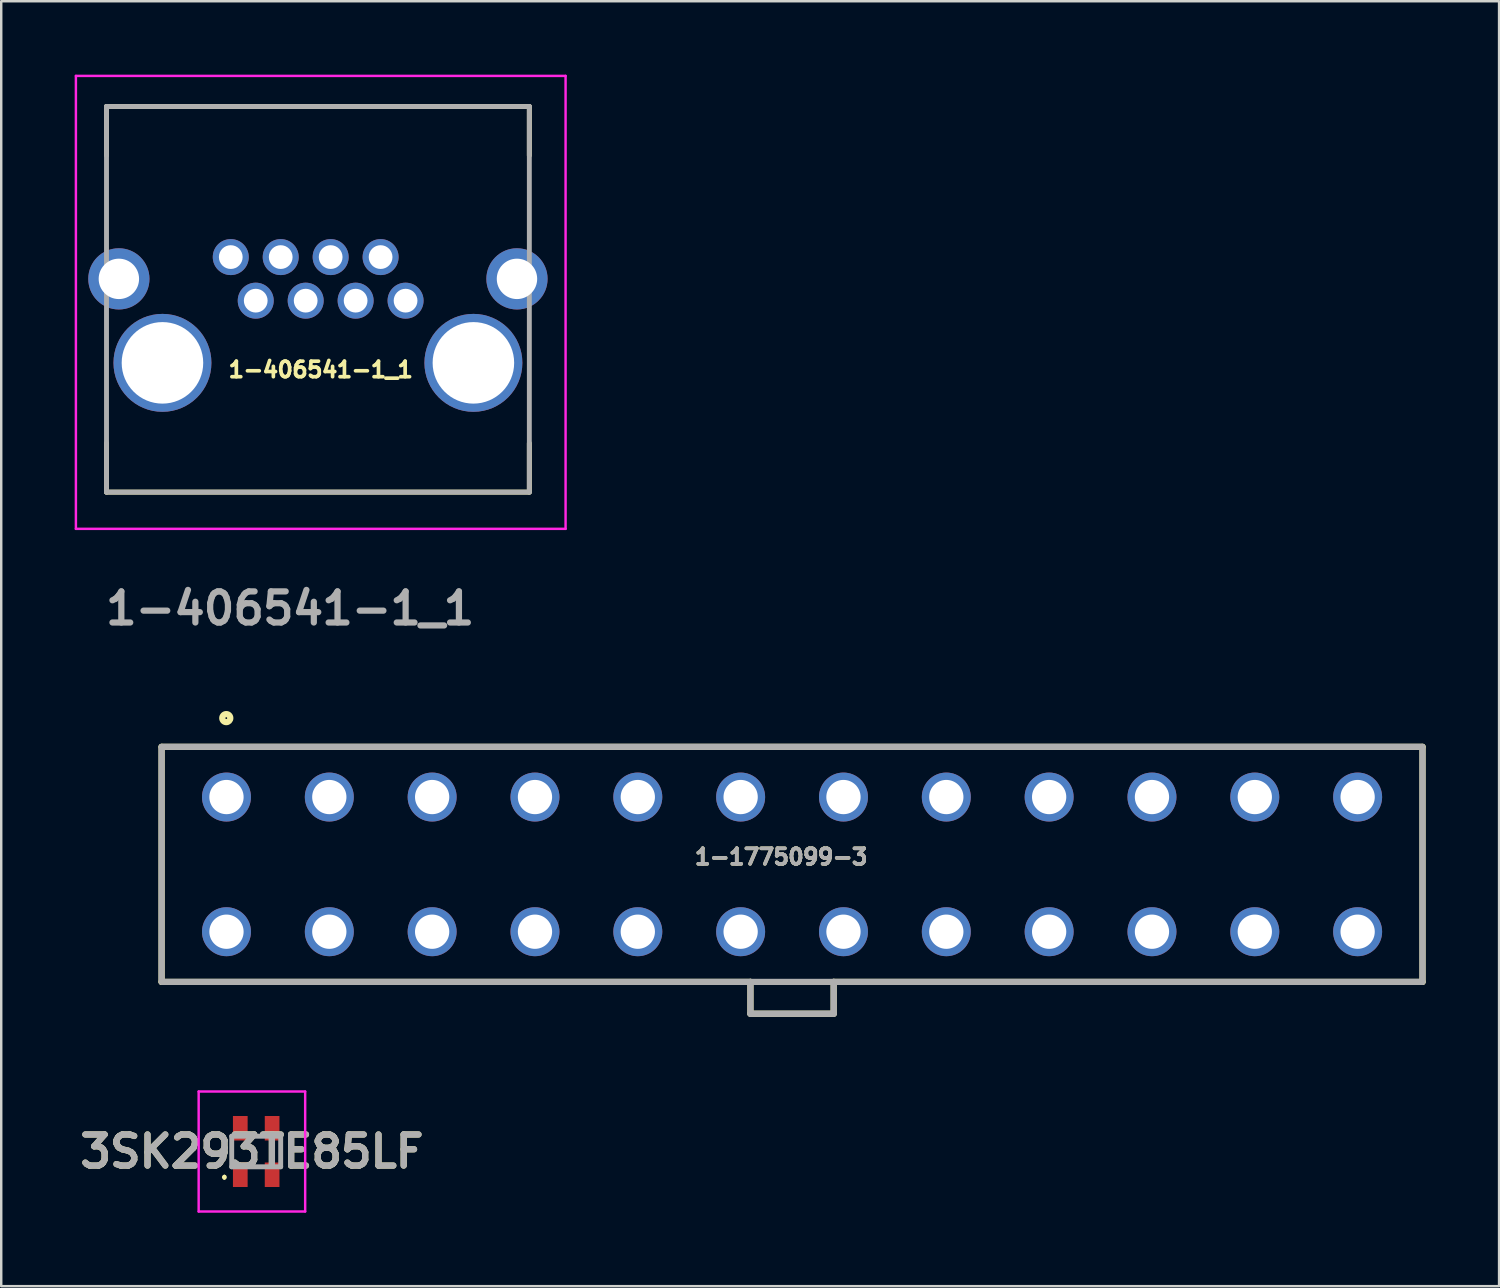
<source format=kicad_pcb>
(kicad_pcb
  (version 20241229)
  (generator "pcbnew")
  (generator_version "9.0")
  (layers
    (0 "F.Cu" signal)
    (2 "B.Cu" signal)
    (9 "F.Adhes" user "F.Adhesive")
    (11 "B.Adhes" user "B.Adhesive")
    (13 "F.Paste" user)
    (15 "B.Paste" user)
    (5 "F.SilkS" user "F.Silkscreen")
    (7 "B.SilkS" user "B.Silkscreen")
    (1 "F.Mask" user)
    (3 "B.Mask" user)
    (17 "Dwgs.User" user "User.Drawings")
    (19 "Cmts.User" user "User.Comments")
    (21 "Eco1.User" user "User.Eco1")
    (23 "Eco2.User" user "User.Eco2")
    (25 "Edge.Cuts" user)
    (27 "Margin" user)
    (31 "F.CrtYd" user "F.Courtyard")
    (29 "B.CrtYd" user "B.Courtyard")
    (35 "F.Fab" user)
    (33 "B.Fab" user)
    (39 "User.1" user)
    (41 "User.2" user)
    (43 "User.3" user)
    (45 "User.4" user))
  (footprint "1-1775099-3"
    (layer "F.Cu")
    (at 29.3 37.054)
    (property "Reference" "1-1775099-3" (at -0.444 -5.108 0) (layer "F.SilkS") (effects (font (size 0.635 0.635) (thickness 0.15))))
    (attr through_hole)
    (fp_line (start -25.75 -9.6) (end 25.75 -9.6) (stroke (width 0.254) (type solid)) (layer "F.SilkS"))
    (fp_line (start -25.75 0) (end -25.75 -9.6) (stroke (width 0.254) (type solid)) (layer "F.SilkS"))
    (fp_line (start -1.7 0) (end -25.75 0) (stroke (width 0.254) (type solid)) (layer "F.SilkS"))
    (fp_line (start -1.7 1.3) (end -1.7 0) (stroke (width 0.254) (type solid)) (layer "F.SilkS"))
    (fp_line (start 1.7 0) (end 1.7 1.3) (stroke (width 0.254) (type solid)) (layer "F.SilkS"))
    (fp_line (start 1.7 1.3) (end -1.7 1.3) (stroke (width 0.254) (type solid)) (layer "F.SilkS"))
    (fp_line (start 25.75 -9.6) (end 25.75 0) (stroke (width 0.254) (type solid)) (layer "F.SilkS"))
    (fp_line (start 25.75 0) (end 1.7 0) (stroke (width 0.254) (type solid)) (layer "F.SilkS"))
    (fp_circle (center -23.108 -10.774) (end -23.108 -10.61) (stroke (width 0.254) (type solid)) (fill no) (layer "F.SilkS"))
    (fp_line (start -1.7 0) (end -1.7 1.3) (stroke (width 0.254) (type solid)) (layer "F.Fab"))
    (fp_line (start -1.7 1.3) (end 1.7 1.3) (stroke (width 0.254) (type solid)) (layer "F.Fab"))
    (fp_line (start 1.7 1.3) (end 1.7 0) (stroke (width 0.254) (type solid)) (layer "F.Fab"))
    (fp_rect (start -25.75 -9.6) (end 25.75 0) (stroke (width 0.254) (type solid)) (fill no) (layer "F.Fab"))
    (fp_text user "${REFERENCE}" (at -0.444 -5.108 0) (layer "F.Fab") (effects (font (size 0.635 0.635) (thickness 0.15))))
    (pad "" np_thru_hole circle (at -27.8 -2.51) (size 0.001 0.001) (drill 3) (layers "*.Cu" "*.Mask"))
    (pad "1" thru_hole circle (at -23.1 -7.55) (size 2 2) (drill 1.4) (layers "*.Cu" "*.Mask"))
    (pad "2" thru_hole circle (at -23.1 -2.05) (size 2 2) (drill 1.4) (layers "*.Cu" "*.Mask"))
    (pad "3" thru_hole circle (at -18.9 -7.55) (size 2 2) (drill 1.4) (layers "*.Cu" "*.Mask"))
    (pad "4" thru_hole circle (at -18.9 -2.05) (size 2 2) (drill 1.4) (layers "*.Cu" "*.Mask"))
    (pad "5" thru_hole circle (at -14.7 -7.55) (size 2 2) (drill 1.4) (layers "*.Cu" "*.Mask"))
    (pad "6" thru_hole circle (at -14.7 -2.05) (size 2 2) (drill 1.4) (layers "*.Cu" "*.Mask"))
    (pad "7" thru_hole circle (at -10.5 -7.55) (size 2 2) (drill 1.4) (layers "*.Cu" "*.Mask"))
    (pad "8" thru_hole circle (at -10.5 -2.05) (size 2 2) (drill 1.4) (layers "*.Cu" "*.Mask"))
    (pad "9" thru_hole circle (at -6.3 -7.55) (size 2 2) (drill 1.4) (layers "*.Cu" "*.Mask"))
    (pad "10" thru_hole circle (at -6.3 -2.05) (size 2 2) (drill 1.4) (layers "*.Cu" "*.Mask"))
    (pad "11" thru_hole circle (at -2.1 -7.55) (size 2 2) (drill 1.4) (layers "*.Cu" "*.Mask"))
    (pad "12" thru_hole circle (at -2.1 -2.05) (size 2 2) (drill 1.4) (layers "*.Cu" "*.Mask"))
    (pad "13" thru_hole circle (at 2.1 -7.55) (size 2 2) (drill 1.4) (layers "*.Cu" "*.Mask"))
    (pad "14" thru_hole circle (at 2.1 -2.05) (size 2 2) (drill 1.4) (layers "*.Cu" "*.Mask"))
    (pad "15" thru_hole circle (at 6.3 -7.55) (size 2 2) (drill 1.4) (layers "*.Cu" "*.Mask"))
    (pad "16" thru_hole circle (at 6.3 -2.05) (size 2 2) (drill 1.4) (layers "*.Cu" "*.Mask"))
    (pad "17" thru_hole circle (at 10.5 -7.55) (size 2 2) (drill 1.4) (layers "*.Cu" "*.Mask"))
    (pad "18" thru_hole circle (at 10.5 -2.05) (size 2 2) (drill 1.4) (layers "*.Cu" "*.Mask"))
    (pad "19" thru_hole circle (at 14.7 -7.55) (size 2 2) (drill 1.4) (layers "*.Cu" "*.Mask"))
    (pad "20" thru_hole circle (at 14.7 -2.05) (size 2 2) (drill 1.4) (layers "*.Cu" "*.Mask"))
    (pad "21" thru_hole circle (at 18.9 -7.55) (size 2 2) (drill 1.4) (layers "*.Cu" "*.Mask"))
    (pad "22" thru_hole circle (at 18.9 -2.05) (size 2 2) (drill 1.4) (layers "*.Cu" "*.Mask"))
    (pad "23" thru_hole circle (at 23.1 -7.55) (size 2 2) (drill 1.4) (layers "*.Cu" "*.Mask"))
    (pad "24" thru_hole circle (at 23.1 -2.05) (size 2 2) (drill 1.4) (layers "*.Cu" "*.Mask")))
  (footprint "1-406541-1_1"
    (layer "F.Cu")
    (at 1.3 17.05)
    (property "Reference" "1-406541-1_1" (at 8.75 -5 0) (layer "F.SilkS") (effects (font (size 0.635 0.635) (thickness 0.15) (bold yes))))
    (attr through_hole)
    (fp_line (start 0 -15.75) (end 0 -13.75) (stroke (width 0.2) (type default)) (layer "F.SilkS"))
    (fp_line (start 0 -15.75) (end 17.27 -15.75) (stroke (width 0.2) (type solid)) (layer "F.SilkS"))
    (fp_line (start 0 0) (end 0 -2) (stroke (width 0.2) (type default)) (layer "F.SilkS"))
    (fp_line (start 0 0) (end 17.27 0) (stroke (width 0.2) (type solid)) (layer "F.SilkS"))
    (fp_line (start 17.27 -15.75) (end 17.27 -13.75) (stroke (width 0.2) (type default)) (layer "F.SilkS"))
    (fp_line (start 17.27 0) (end 17.27 -2) (stroke (width 0.2) (type default)) (layer "F.SilkS"))
    (fp_line (start -1.25 -17) (end 18.75 -17) (stroke (width 0.1) (type solid)) (layer "F.CrtYd"))
    (fp_line (start -1.25 1.5) (end -1.25 -17) (stroke (width 0.1) (type solid)) (layer "F.CrtYd"))
    (fp_line (start -1.25 1.5) (end 18.75 1.5) (stroke (width 0.1) (type solid)) (layer "F.CrtYd"))
    (fp_line (start 18.75 -17) (end 18.75 1.5) (stroke (width 0.1) (type solid)) (layer "F.CrtYd"))
    (fp_line (start 0 -15.75) (end 17.27 -15.75) (stroke (width 0.2) (type solid)) (layer "F.Fab"))
    (fp_line (start 0 0) (end 0 -15.75) (stroke (width 0.2) (type solid)) (layer "F.Fab"))
    (fp_line (start 17.27 -15.75) (end 17.27 0) (stroke (width 0.2) (type solid)) (layer "F.Fab"))
    (fp_line (start 17.27 0) (end 0 0) (stroke (width 0.2) (type solid)) (layer "F.Fab"))
    (fp_text user "${REFERENCE}" (at 7.5 4.75 0) (layer "F.Fab") (effects (font (size 1.27 1.27) (thickness 0.254))))
    (pad "" np_thru_hole circle (at 2.285 -5.28) (size 4 4) (drill 3.33) (layers "*.Cu" "*.Mask"))
    (pad "" np_thru_hole circle (at 14.985 -5.28) (size 4 4) (drill 3.33) (layers "*.Cu" "*.Mask"))
    (pad "1" thru_hole circle (at 12.215 -7.82) (size 1.47 1.47) (drill 0.97) (layers "*.Cu" "*.Mask"))
    (pad "2" thru_hole circle (at 11.195 -9.6) (size 1.47 1.47) (drill 0.97) (layers "*.Cu" "*.Mask"))
    (pad "3" thru_hole circle (at 10.175 -7.82) (size 1.47 1.47) (drill 0.97) (layers "*.Cu" "*.Mask"))
    (pad "4" thru_hole circle (at 9.155 -9.6) (size 1.47 1.47) (drill 0.97) (layers "*.Cu" "*.Mask"))
    (pad "5" thru_hole circle (at 8.135 -7.82) (size 1.47 1.47) (drill 0.97) (layers "*.Cu" "*.Mask"))
    (pad "6" thru_hole circle (at 7.115 -9.6) (size 1.47 1.47) (drill 0.97) (layers "*.Cu" "*.Mask"))
    (pad "7" thru_hole circle (at 6.095 -7.82) (size 1.47 1.47) (drill 0.97) (layers "*.Cu" "*.Mask"))
    (pad "8" thru_hole circle (at 5.075 -9.6) (size 1.47 1.47) (drill 0.97) (layers "*.Cu" "*.Mask"))
    (pad "MH1" thru_hole circle (at 16.765 -8.71) (size 2.5 2.5) (drill 1.65) (layers "*.Cu" "*.Mask"))
    (pad "MH2" thru_hole circle (at 0.505 -8.71) (size 2.5 2.5) (drill 1.65) (layers "*.Cu" "*.Mask")))
  (footprint "3SK293TE85LF"
    (layer "F.Cu")
    (at 7.414 43.981)
    (property "Reference" "3SK293TE85LF" (at -0.175 0 0) (layer "F.SilkS") (effects (font (size 1.27 1.27) (thickness 0.254))))
    (attr smd)
    (fp_line (start -1.3 1) (end -1.3 1) (stroke (width 0.1) (type solid)) (layer "F.SilkS"))
    (fp_line (start -1.3 1.1) (end -1.3 1.1) (stroke (width 0.1) (type solid)) (layer "F.SilkS"))
    (fp_line (start -1 -0.3) (end -1 0.3) (stroke (width 0.1) (type solid)) (layer "F.SilkS"))
    (fp_line (start -0.1 -0.625) (end 0.1 -0.625) (stroke (width 0.1) (type solid)) (layer "F.SilkS"))
    (fp_line (start -0.1 0.625) (end 0.1 0.625) (stroke (width 0.1) (type solid)) (layer "F.SilkS"))
    (fp_line (start 1 -0.2) (end 1 0.3) (stroke (width 0.1) (type solid)) (layer "F.SilkS"))
    (fp_arc (start -1.3 1) (mid -1.25 1.05) (end -1.3 1.1) (stroke (width 0.1) (type solid)) (layer "F.SilkS"))
    (fp_arc (start -1.3 1.1) (mid -1.35 1.05) (end -1.3 1) (stroke (width 0.1) (type solid)) (layer "F.SilkS"))
    (fp_line (start -2.35 -2.45) (end 2 -2.45) (stroke (width 0.1) (type solid)) (layer "F.CrtYd"))
    (fp_line (start -2.35 2.45) (end -2.35 -2.45) (stroke (width 0.1) (type solid)) (layer "F.CrtYd"))
    (fp_line (start 2 -2.45) (end 2 2.45) (stroke (width 0.1) (type solid)) (layer "F.CrtYd"))
    (fp_line (start 2 2.45) (end -2.35 2.45) (stroke (width 0.1) (type solid)) (layer "F.CrtYd"))
    (fp_line (start -1 -0.625) (end 1 -0.625) (stroke (width 0.2) (type solid)) (layer "F.Fab"))
    (fp_line (start -1 0.625) (end -1 -0.625) (stroke (width 0.2) (type solid)) (layer "F.Fab"))
    (fp_line (start 1 -0.625) (end 1 0.625) (stroke (width 0.2) (type solid)) (layer "F.Fab"))
    (fp_line (start 1 0.625) (end -1 0.625) (stroke (width 0.2) (type solid)) (layer "F.Fab"))
    (fp_text user "${REFERENCE}" (at -0.175 0 0) (layer "F.Fab") (effects (font (size 1.27 1.27) (thickness 0.254))))
    (pad "1" smd rect (at -0.65 0.95) (size 0.6 1) (layers "F.Cu" "F.Mask" "F.Paste"))
    (pad "2" smd rect (at 0.65 0.95) (size 0.6 1) (layers "F.Cu" "F.Mask" "F.Paste"))
    (pad "3" smd rect (at 0.65 -0.95) (size 0.6 1) (layers "F.Cu" "F.Mask" "F.Paste"))
    (pad "4" smd rect (at -0.65 -0.95) (size 0.6 1) (layers "F.Cu" "F.Mask" "F.Paste")))
  (gr_rect
    (start -3 -3)
    (end 58.177 49.481)
    (stroke (width 0.1) (type default))
    (fill no)
    (layer "Edge.Cuts")))
</source>
